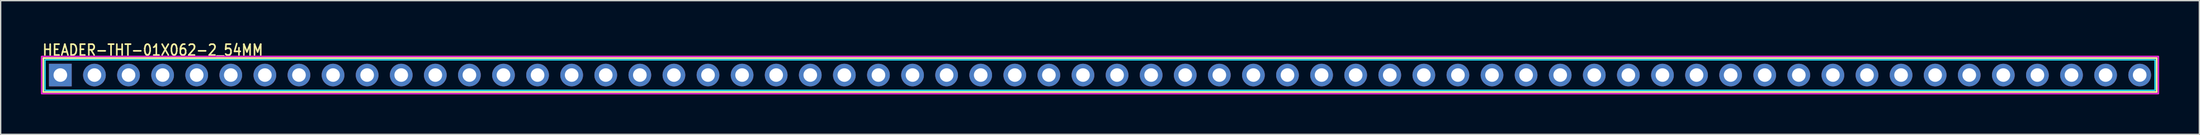
<source format=kicad_pcb>
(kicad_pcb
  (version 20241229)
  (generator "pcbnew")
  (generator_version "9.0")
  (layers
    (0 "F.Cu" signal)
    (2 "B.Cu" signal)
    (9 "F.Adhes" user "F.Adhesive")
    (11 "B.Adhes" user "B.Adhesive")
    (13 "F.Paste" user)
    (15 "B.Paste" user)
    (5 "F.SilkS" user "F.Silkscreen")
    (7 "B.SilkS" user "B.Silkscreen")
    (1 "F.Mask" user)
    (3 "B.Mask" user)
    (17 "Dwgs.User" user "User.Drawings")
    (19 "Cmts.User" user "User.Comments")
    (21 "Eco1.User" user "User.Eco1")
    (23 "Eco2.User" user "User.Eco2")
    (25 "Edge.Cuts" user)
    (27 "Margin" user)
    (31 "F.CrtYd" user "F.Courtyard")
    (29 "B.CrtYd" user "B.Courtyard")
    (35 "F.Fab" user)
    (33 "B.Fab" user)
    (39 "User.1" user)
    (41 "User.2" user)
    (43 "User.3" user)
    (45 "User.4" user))
  (footprint "HEADER-THT-01X062-2_54MM"
    (layer "F.Cu")
    (at 1.447 2.579)
    (property "Reference" "HEADER-THT-01X062-2_54MM" (at -1.4 -1.4 0) (unlocked yes) (layer "F.SilkS") (effects (font (size 0.813 0.695) (thickness 0.122)) (justify left bottom)))
    (fp_line (start -1.27 -1.27) (end -1.27 1.27) (stroke (width 0.127) (type solid)) (layer "F.SilkS"))
    (fp_line (start -1.27 1.27) (end 156.21 1.27) (stroke (width 0.127) (type solid)) (layer "F.SilkS"))
    (fp_line (start 156.21 -1.27) (end -1.27 -1.27) (stroke (width 0.127) (type solid)) (layer "F.SilkS"))
    (fp_line (start 156.21 1.27) (end 156.21 -1.27) (stroke (width 0.127) (type solid)) (layer "F.SilkS"))
    (fp_poly (pts (xy -1.143 -1.143) (xy 156.083 -1.143) (xy 156.083 1.143) (xy -1.143 1.143)) (stroke (width 0.1) (type solid)) (fill no) (layer "B.CrtYd"))
    (fp_poly (pts (xy -1.397 -1.397) (xy 156.337 -1.397) (xy 156.337 1.397) (xy -1.397 1.397)) (stroke (width 0.1) (type solid)) (fill no) (layer "F.CrtYd"))
    (pad "1" thru_hole rect (at 0 0) (size 1.693 1.693) (drill 1.016) (layers "*.Cu" "*.Mask"))
    (pad "2" thru_hole oval (at 2.54 0) (size 1.693 1.693) (drill 1.016) (layers "*.Cu" "*.Mask"))
    (pad "3" thru_hole oval (at 5.08 0) (size 1.693 1.693) (drill 1.016) (layers "*.Cu" "*.Mask"))
    (pad "4" thru_hole oval (at 7.62 0) (size 1.693 1.693) (drill 1.016) (layers "*.Cu" "*.Mask"))
    (pad "5" thru_hole oval (at 10.16 0) (size 1.693 1.693) (drill 1.016) (layers "*.Cu" "*.Mask"))
    (pad "6" thru_hole oval (at 12.7 0) (size 1.693 1.693) (drill 1.016) (layers "*.Cu" "*.Mask"))
    (pad "7" thru_hole oval (at 15.24 0) (size 1.693 1.693) (drill 1.016) (layers "*.Cu" "*.Mask"))
    (pad "8" thru_hole oval (at 17.78 0) (size 1.693 1.693) (drill 1.016) (layers "*.Cu" "*.Mask"))
    (pad "9" thru_hole oval (at 20.32 0) (size 1.693 1.693) (drill 1.016) (layers "*.Cu" "*.Mask"))
    (pad "10" thru_hole oval (at 22.86 0) (size 1.693 1.693) (drill 1.016) (layers "*.Cu" "*.Mask"))
    (pad "11" thru_hole oval (at 25.4 0) (size 1.693 1.693) (drill 1.016) (layers "*.Cu" "*.Mask"))
    (pad "12" thru_hole oval (at 27.94 0) (size 1.693 1.693) (drill 1.016) (layers "*.Cu" "*.Mask"))
    (pad "13" thru_hole oval (at 30.48 0) (size 1.693 1.693) (drill 1.016) (layers "*.Cu" "*.Mask"))
    (pad "14" thru_hole oval (at 33.02 0) (size 1.693 1.693) (drill 1.016) (layers "*.Cu" "*.Mask"))
    (pad "15" thru_hole oval (at 35.56 0) (size 1.693 1.693) (drill 1.016) (layers "*.Cu" "*.Mask"))
    (pad "16" thru_hole oval (at 38.1 0) (size 1.693 1.693) (drill 1.016) (layers "*.Cu" "*.Mask"))
    (pad "17" thru_hole oval (at 40.64 0) (size 1.693 1.693) (drill 1.016) (layers "*.Cu" "*.Mask"))
    (pad "18" thru_hole oval (at 43.18 0) (size 1.693 1.693) (drill 1.016) (layers "*.Cu" "*.Mask"))
    (pad "19" thru_hole oval (at 45.72 0) (size 1.693 1.693) (drill 1.016) (layers "*.Cu" "*.Mask"))
    (pad "20" thru_hole oval (at 48.26 0) (size 1.693 1.693) (drill 1.016) (layers "*.Cu" "*.Mask"))
    (pad "21" thru_hole oval (at 50.8 0) (size 1.693 1.693) (drill 1.016) (layers "*.Cu" "*.Mask"))
    (pad "22" thru_hole oval (at 53.34 0) (size 1.693 1.693) (drill 1.016) (layers "*.Cu" "*.Mask"))
    (pad "23" thru_hole oval (at 55.88 0) (size 1.693 1.693) (drill 1.016) (layers "*.Cu" "*.Mask"))
    (pad "24" thru_hole oval (at 58.42 0) (size 1.693 1.693) (drill 1.016) (layers "*.Cu" "*.Mask"))
    (pad "25" thru_hole oval (at 60.96 0) (size 1.693 1.693) (drill 1.016) (layers "*.Cu" "*.Mask"))
    (pad "26" thru_hole oval (at 63.5 0) (size 1.693 1.693) (drill 1.016) (layers "*.Cu" "*.Mask"))
    (pad "27" thru_hole oval (at 66.04 0) (size 1.693 1.693) (drill 1.016) (layers "*.Cu" "*.Mask"))
    (pad "28" thru_hole oval (at 68.58 0) (size 1.693 1.693) (drill 1.016) (layers "*.Cu" "*.Mask"))
    (pad "29" thru_hole oval (at 71.12 0) (size 1.693 1.693) (drill 1.016) (layers "*.Cu" "*.Mask"))
    (pad "30" thru_hole oval (at 73.66 0) (size 1.693 1.693) (drill 1.016) (layers "*.Cu" "*.Mask"))
    (pad "31" thru_hole oval (at 76.2 0) (size 1.693 1.693) (drill 1.016) (layers "*.Cu" "*.Mask"))
    (pad "32" thru_hole oval (at 78.74 0) (size 1.693 1.693) (drill 1.016) (layers "*.Cu" "*.Mask"))
    (pad "33" thru_hole oval (at 81.28 0) (size 1.693 1.693) (drill 1.016) (layers "*.Cu" "*.Mask"))
    (pad "34" thru_hole oval (at 83.82 0) (size 1.693 1.693) (drill 1.016) (layers "*.Cu" "*.Mask"))
    (pad "35" thru_hole oval (at 86.36 0) (size 1.693 1.693) (drill 1.016) (layers "*.Cu" "*.Mask"))
    (pad "36" thru_hole oval (at 88.9 0) (size 1.693 1.693) (drill 1.016) (layers "*.Cu" "*.Mask"))
    (pad "37" thru_hole oval (at 91.44 0) (size 1.693 1.693) (drill 1.016) (layers "*.Cu" "*.Mask"))
    (pad "38" thru_hole oval (at 93.98 0) (size 1.693 1.693) (drill 1.016) (layers "*.Cu" "*.Mask"))
    (pad "39" thru_hole oval (at 96.52 0) (size 1.693 1.693) (drill 1.016) (layers "*.Cu" "*.Mask"))
    (pad "40" thru_hole oval (at 99.06 0) (size 1.693 1.693) (drill 1.016) (layers "*.Cu" "*.Mask"))
    (pad "41" thru_hole oval (at 101.6 0) (size 1.693 1.693) (drill 1.016) (layers "*.Cu" "*.Mask"))
    (pad "42" thru_hole oval (at 104.14 0) (size 1.693 1.693) (drill 1.016) (layers "*.Cu" "*.Mask"))
    (pad "43" thru_hole oval (at 106.68 0) (size 1.693 1.693) (drill 1.016) (layers "*.Cu" "*.Mask"))
    (pad "44" thru_hole oval (at 109.22 0) (size 1.693 1.693) (drill 1.016) (layers "*.Cu" "*.Mask"))
    (pad "45" thru_hole oval (at 111.76 0) (size 1.693 1.693) (drill 1.016) (layers "*.Cu" "*.Mask"))
    (pad "46" thru_hole oval (at 114.3 0) (size 1.693 1.693) (drill 1.016) (layers "*.Cu" "*.Mask"))
    (pad "47" thru_hole oval (at 116.84 0) (size 1.693 1.693) (drill 1.016) (layers "*.Cu" "*.Mask"))
    (pad "48" thru_hole oval (at 119.38 0) (size 1.693 1.693) (drill 1.016) (layers "*.Cu" "*.Mask"))
    (pad "49" thru_hole oval (at 121.92 0) (size 1.693 1.693) (drill 1.016) (layers "*.Cu" "*.Mask"))
    (pad "50" thru_hole oval (at 124.46 0) (size 1.693 1.693) (drill 1.016) (layers "*.Cu" "*.Mask"))
    (pad "51" thru_hole oval (at 127 0) (size 1.693 1.693) (drill 1.016) (layers "*.Cu" "*.Mask"))
    (pad "52" thru_hole oval (at 129.54 0) (size 1.693 1.693) (drill 1.016) (layers "*.Cu" "*.Mask"))
    (pad "53" thru_hole oval (at 132.08 0) (size 1.693 1.693) (drill 1.016) (layers "*.Cu" "*.Mask"))
    (pad "54" thru_hole oval (at 134.62 0) (size 1.693 1.693) (drill 1.016) (layers "*.Cu" "*.Mask"))
    (pad "55" thru_hole oval (at 137.16 0) (size 1.693 1.693) (drill 1.016) (layers "*.Cu" "*.Mask"))
    (pad "56" thru_hole oval (at 139.7 0) (size 1.693 1.693) (drill 1.016) (layers "*.Cu" "*.Mask"))
    (pad "57" thru_hole oval (at 142.24 0) (size 1.693 1.693) (drill 1.016) (layers "*.Cu" "*.Mask"))
    (pad "58" thru_hole oval (at 144.78 0) (size 1.693 1.693) (drill 1.016) (layers "*.Cu" "*.Mask"))
    (pad "59" thru_hole oval (at 147.32 0) (size 1.693 1.693) (drill 1.016) (layers "*.Cu" "*.Mask"))
    (pad "60" thru_hole oval (at 149.86 0) (size 1.693 1.693) (drill 1.016) (layers "*.Cu" "*.Mask"))
    (pad "61" thru_hole oval (at 152.4 0) (size 1.693 1.693) (drill 1.016) (layers "*.Cu" "*.Mask"))
    (pad "62" thru_hole oval (at 154.94 0) (size 1.693 1.693) (drill 1.016) (layers "*.Cu" "*.Mask")))
  (gr_rect
    (start -3 -3)
    (end 160.834 7.026)
    (stroke (width 0.1) (type default))
    (fill no)
    (layer "Edge.Cuts")))
</source>
